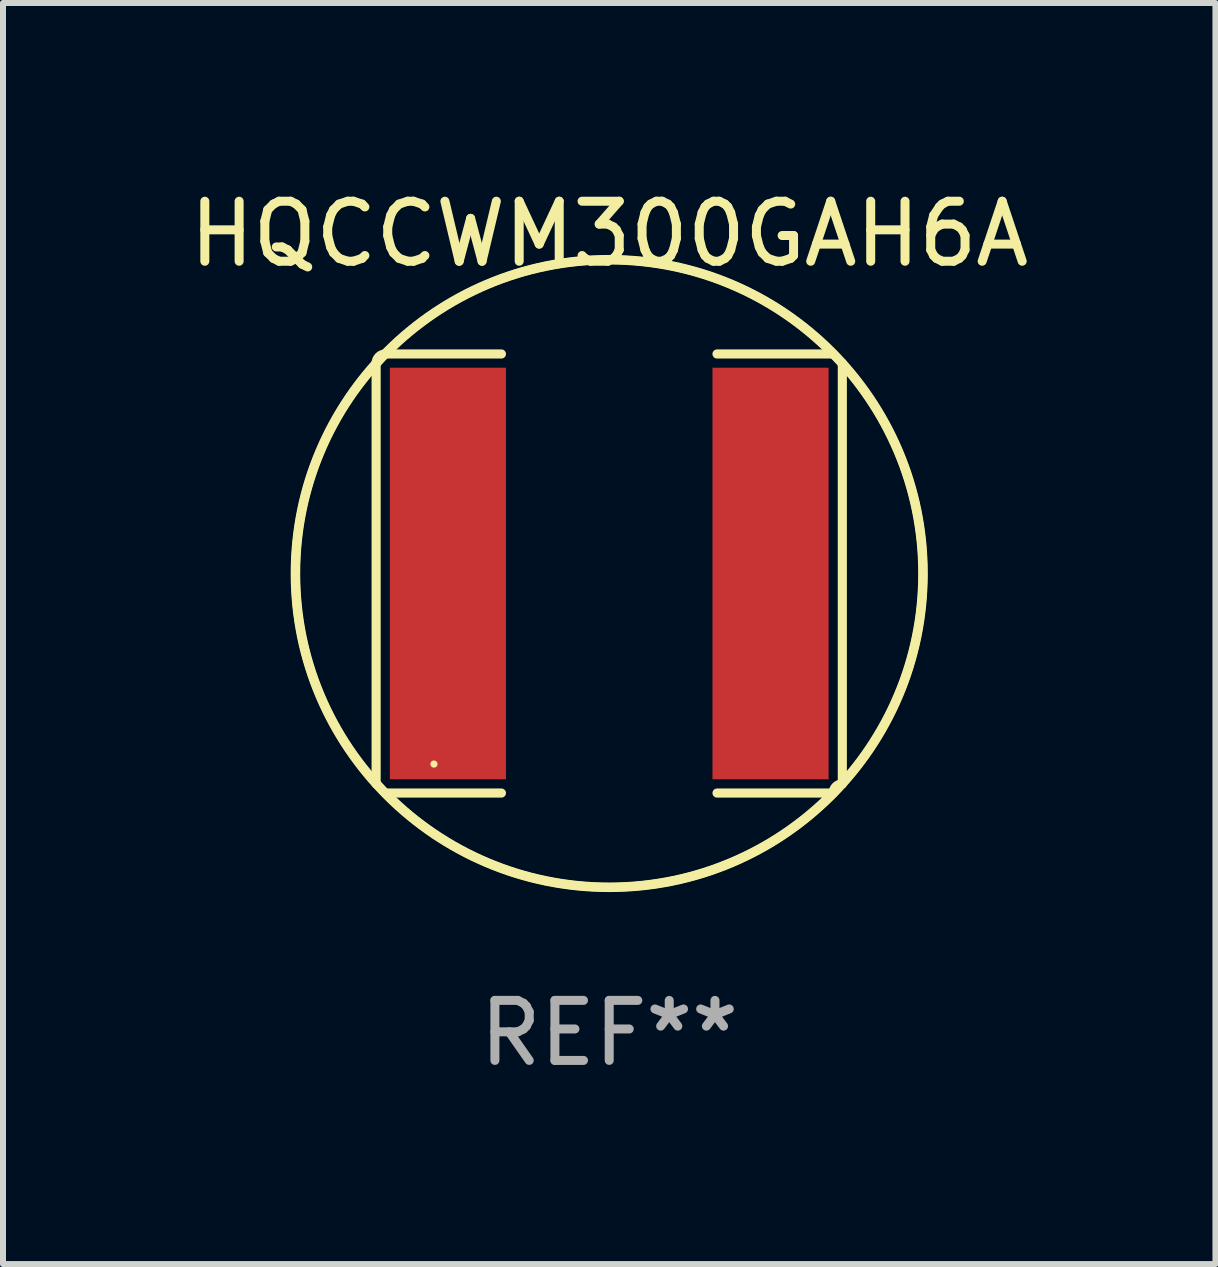
<source format=kicad_pcb>
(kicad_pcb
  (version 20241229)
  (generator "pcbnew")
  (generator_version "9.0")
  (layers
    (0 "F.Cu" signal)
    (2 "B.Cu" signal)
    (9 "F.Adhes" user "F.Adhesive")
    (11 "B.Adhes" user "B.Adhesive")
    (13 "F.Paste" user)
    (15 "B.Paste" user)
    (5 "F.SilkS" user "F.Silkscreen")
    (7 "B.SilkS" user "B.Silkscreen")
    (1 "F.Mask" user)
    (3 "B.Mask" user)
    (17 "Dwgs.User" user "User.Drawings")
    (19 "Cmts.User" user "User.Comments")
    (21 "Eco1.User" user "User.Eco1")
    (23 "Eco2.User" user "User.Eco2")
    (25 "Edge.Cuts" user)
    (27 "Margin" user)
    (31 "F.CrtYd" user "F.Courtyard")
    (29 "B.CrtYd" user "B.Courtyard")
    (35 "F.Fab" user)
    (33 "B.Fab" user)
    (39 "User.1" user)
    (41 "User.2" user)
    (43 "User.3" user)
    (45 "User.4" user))
  (footprint "HQCCWM300GAH6A"
    (layer "F.Cu")
    (at 7.101 6.506)
    (property "Reference" "HQCCWM300GAH6A" (at 0 -5.658 0) (layer "F.SilkS") (effects (font (size 1 1) (thickness 0.15))))
    (attr through_hole)
    (fp_line (start -3.884 -3.505) (end -3.884 3.505) (stroke (width 0.152) (type solid)) (layer "F.SilkS"))
    (fp_line (start -3.731 3.658) (end -1.796 3.658) (stroke (width 0.152) (type solid)) (layer "F.SilkS"))
    (fp_line (start -1.796 -3.658) (end -3.731 -3.658) (stroke (width 0.152) (type solid)) (layer "F.SilkS"))
    (fp_line (start 1.796 -3.658) (end 3.731 -3.658) (stroke (width 0.152) (type solid)) (layer "F.SilkS"))
    (fp_line (start 3.731 3.658) (end 1.796 3.658) (stroke (width 0.152) (type solid)) (layer "F.SilkS"))
    (fp_line (start 3.884 -3.505) (end 3.884 3.505) (stroke (width 0.152) (type solid)) (layer "F.SilkS"))
    (fp_arc (start -3.8836 -3.505199) (mid -3.838963 -3.612963) (end -3.731199 -3.6576) (stroke (width 0.1524) (type solid)) (layer "F.SilkS"))
    (fp_arc (start -3.883599 3.505199) (mid 3.883577 -3.505177) (end -3.883599 3.505199) (stroke (width 0.1524) (type solid)) (layer "F.SilkS"))
    (fp_arc (start 3.731198 3.6576) (mid 3.775835 3.549836) (end 3.883599 3.505199) (stroke (width 0.1524) (type solid)) (layer "F.SilkS"))
    (fp_arc (start 3.731199 -3.6576) (mid -3.731221 3.657622) (end 3.731199 -3.6576) (stroke (width 0.1524) (type solid)) (layer "F.SilkS"))
    (fp_circle (center -2.92 3.175) (end -2.89 3.175) (stroke (width 0.06) (type solid)) (fill no) (layer "F.SilkS"))
    (fp_text user "REF**" (at 0 7.658 0) (layer "F.Fab") (effects (font (size 1 1) (thickness 0.15))))
    (pad "1" smd rect (at -2.688 0) (size 1.935 6.858) (layers "F.Cu" "F.Mask" "F.Paste"))
    (pad "2" smd rect (at 2.688 0) (size 1.935 6.858) (layers "F.Cu" "F.Mask" "F.Paste")))
  (gr_rect
    (start -3 -3)
    (end 17.202 18.012)
    (stroke (width 0.1) (type default))
    (fill no)
    (layer "Edge.Cuts")))
</source>
